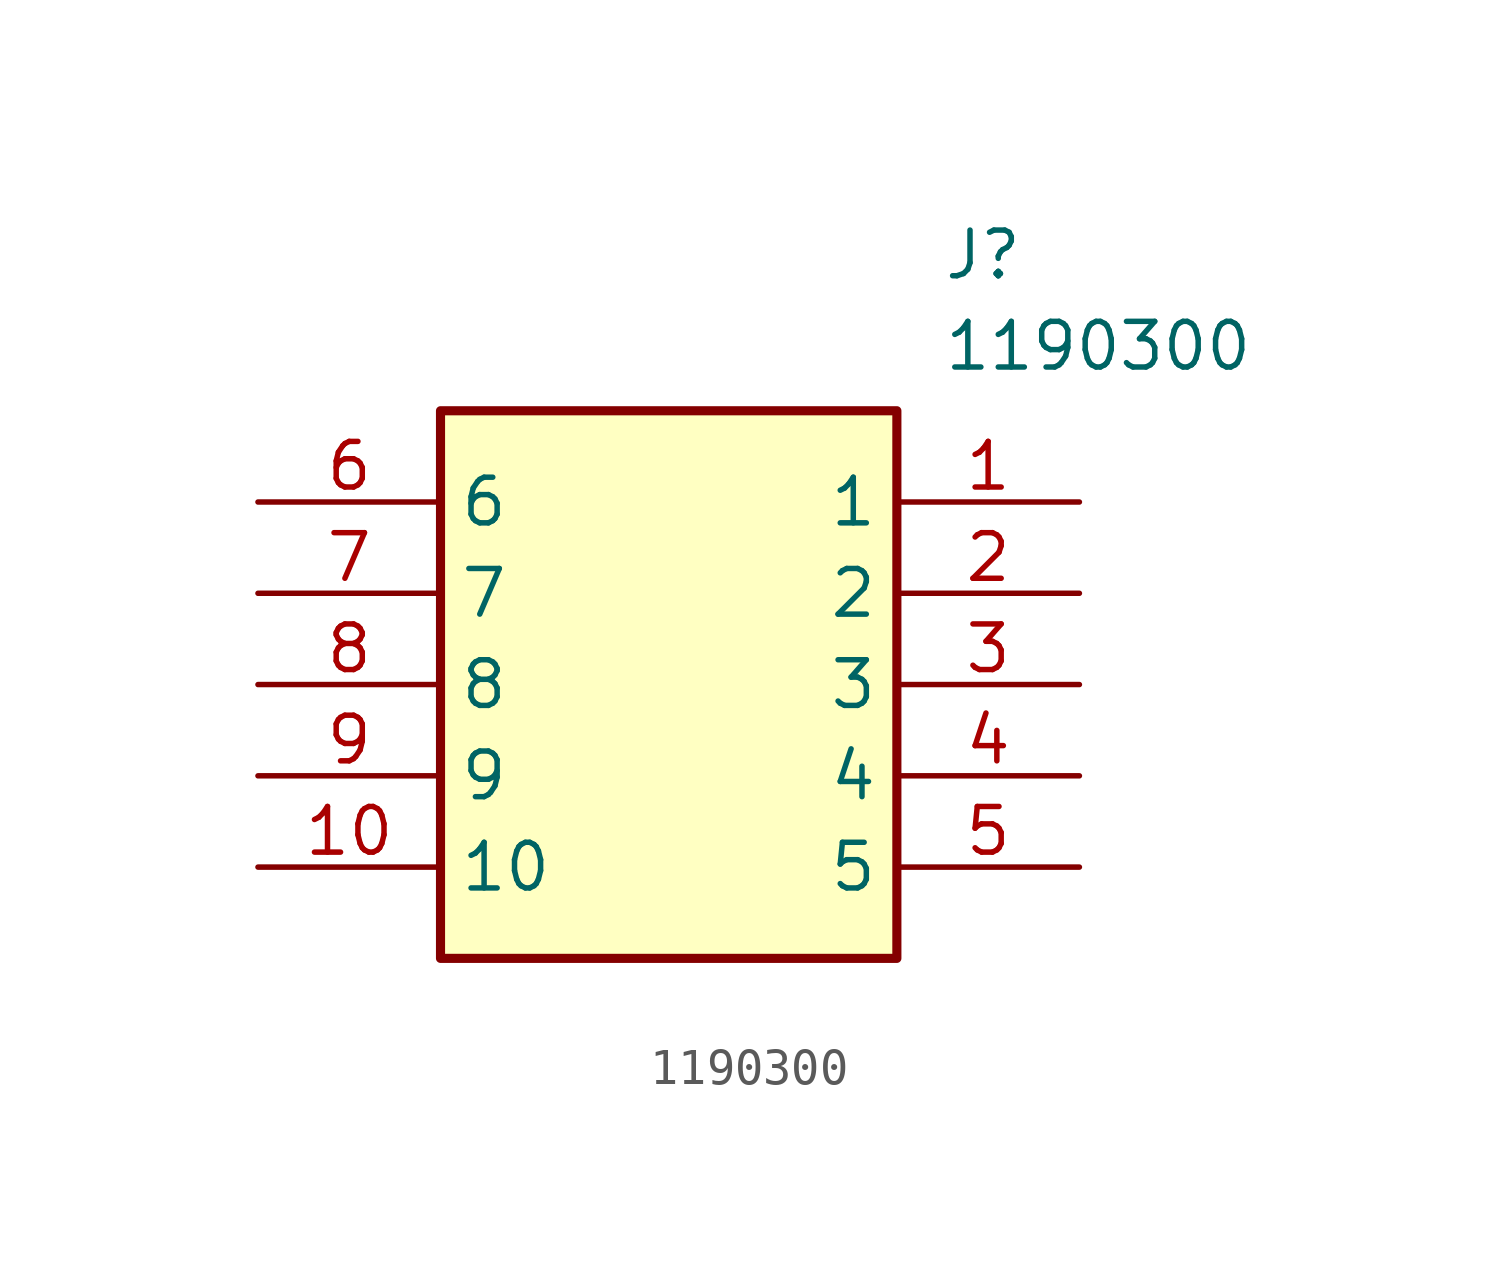
<source format=kicad_sym>
(kicad_symbol_lib
  (version 20211014)
  (generator SamacSys_ECAD_Model)
  (symbol "1190300"
    (property "Reference" "J"
      (at 19.05 7.62 0)
      (effects (font (size 1.27 1.27)) (justify left top)))
    (property "Value" "1190300"
      (at 19.05 5.08 0)
      (effects (font (size 1.27 1.27)) (justify left top)))
    (rectangle
      (start 5.08 2.54)
      (end 17.78 -12.7)
      (stroke (width 0.254) (type default))
      (fill (type background)))
    (pin passive line
      (at 22.86 0 180)
      (length 5.08)
      (name "1" (effects (font (size 1.27 1.27))))
      (number "1" (effects (font (size 1.27 1.27)))))
    (pin passive line
      (at 22.86 -2.54 180)
      (length 5.08)
      (name "2" (effects (font (size 1.27 1.27))))
      (number "2" (effects (font (size 1.27 1.27)))))
    (pin passive line
      (at 22.86 -5.08 180)
      (length 5.08)
      (name "3" (effects (font (size 1.27 1.27))))
      (number "3" (effects (font (size 1.27 1.27)))))
    (pin passive line
      (at 22.86 -7.62 180)
      (length 5.08)
      (name "4" (effects (font (size 1.27 1.27))))
      (number "4" (effects (font (size 1.27 1.27)))))
    (pin passive line
      (at 22.86 -10.16 180)
      (length 5.08)
      (name "5" (effects (font (size 1.27 1.27))))
      (number "5" (effects (font (size 1.27 1.27)))))
    (pin passive line
      (at 0 0 0)
      (length 5.08)
      (name "6" (effects (font (size 1.27 1.27))))
      (number "6" (effects (font (size 1.27 1.27)))))
    (pin passive line
      (at 0 -2.54 0)
      (length 5.08)
      (name "7" (effects (font (size 1.27 1.27))))
      (number "7" (effects (font (size 1.27 1.27)))))
    (pin passive line
      (at 0 -5.08 0)
      (length 5.08)
      (name "8" (effects (font (size 1.27 1.27))))
      (number "8" (effects (font (size 1.27 1.27)))))
    (pin passive line
      (at 0 -7.62 0)
      (length 5.08)
      (name "9" (effects (font (size 1.27 1.27))))
      (number "9" (effects (font (size 1.27 1.27)))))
    (pin passive line
      (at 0 -10.16 0)
      (length 5.08)
      (name "10" (effects (font (size 1.27 1.27))))
      (number "10" (effects (font (size 1.27 1.27)))))))
</source>
